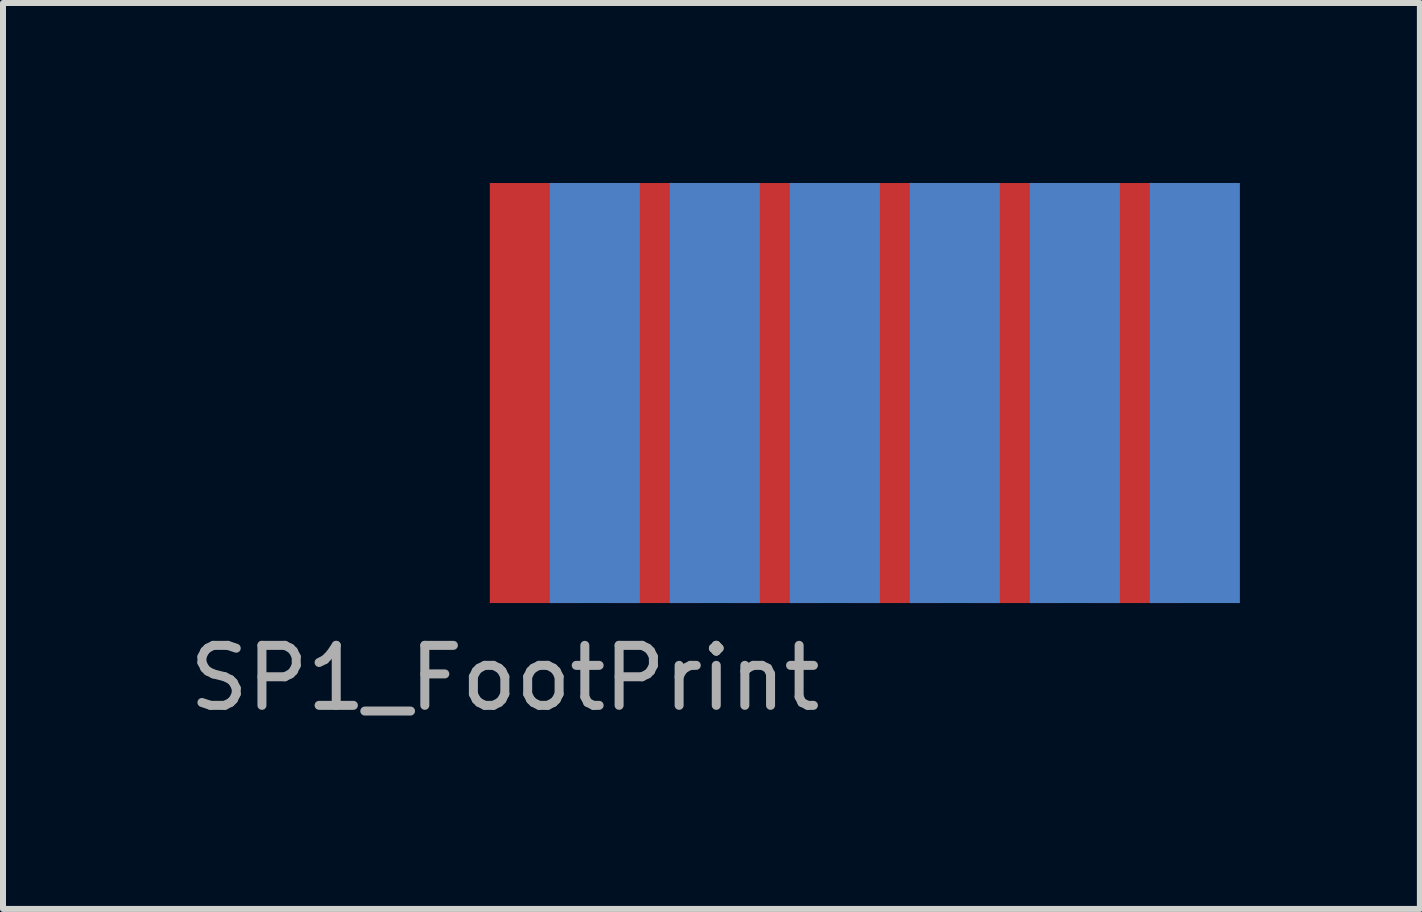
<source format=kicad_pcb>
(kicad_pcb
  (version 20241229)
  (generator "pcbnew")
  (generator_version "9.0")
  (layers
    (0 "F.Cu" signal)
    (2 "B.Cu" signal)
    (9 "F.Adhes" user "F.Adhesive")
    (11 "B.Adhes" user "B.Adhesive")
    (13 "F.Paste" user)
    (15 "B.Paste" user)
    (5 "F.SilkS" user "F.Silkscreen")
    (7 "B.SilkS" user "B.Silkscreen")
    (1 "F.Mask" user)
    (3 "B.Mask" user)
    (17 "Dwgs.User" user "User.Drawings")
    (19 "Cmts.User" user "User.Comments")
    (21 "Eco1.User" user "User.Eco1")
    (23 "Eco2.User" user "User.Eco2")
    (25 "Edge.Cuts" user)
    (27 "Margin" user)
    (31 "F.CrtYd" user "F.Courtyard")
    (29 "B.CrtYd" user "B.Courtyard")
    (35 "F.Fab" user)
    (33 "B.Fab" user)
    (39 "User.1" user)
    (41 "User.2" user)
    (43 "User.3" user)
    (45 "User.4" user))
  (footprint "SP1_FootPrint"
    (layer "F.Cu")
    (at 5.863 3.5)
    (property "Reference" "SP1_FootPrint" (at -0.5 4.75 0) (layer "F.Fab") (effects (font (size 1 1) (thickness 0.15))))
    (attr through_hole)
    (pad "1" smd rect (at 0 0) (size 1.5 7) (layers "F.Cu" "F.Mask" "F.Paste"))
    (pad "2" smd rect (at 1 0) (size 1.5 7) (layers "B.Cu" "B.Mask" "B.Paste"))
    (pad "3" smd rect (at 2 0) (size 1.5 7) (layers "F.Cu" "F.Mask" "F.Paste"))
    (pad "4" smd rect (at 3 0) (size 1.5 7) (layers "B.Cu" "B.Mask" "B.Paste"))
    (pad "5" smd rect (at 4 0) (size 1.5 7) (layers "F.Cu" "F.Mask" "F.Paste"))
    (pad "6" smd rect (at 5 0) (size 1.5 7) (layers "B.Cu" "B.Mask" "B.Paste"))
    (pad "7" smd rect (at 6 0) (size 1.5 7) (layers "F.Cu" "F.Mask" "F.Paste"))
    (pad "8" smd rect (at 7 0) (size 1.5 7) (layers "B.Cu" "B.Mask" "B.Paste"))
    (pad "9" smd rect (at 8 0) (size 1.5 7) (layers "F.Cu" "F.Mask" "F.Paste"))
    (pad "10" smd rect (at 9 0) (size 1.5 7) (layers "B.Cu" "B.Mask" "B.Paste"))
    (pad "11" smd rect (at 10 0) (size 1.5 7) (layers "F.Cu" "F.Mask" "F.Paste"))
    (pad "12" smd rect (at 11 0) (size 1.5 7) (layers "B.Cu" "B.Mask" "B.Paste")))
  (gr_rect
    (start -3 -3)
    (end 20.613 12.098)
    (stroke (width 0.1) (type default))
    (fill no)
    (layer "Edge.Cuts")))
</source>
